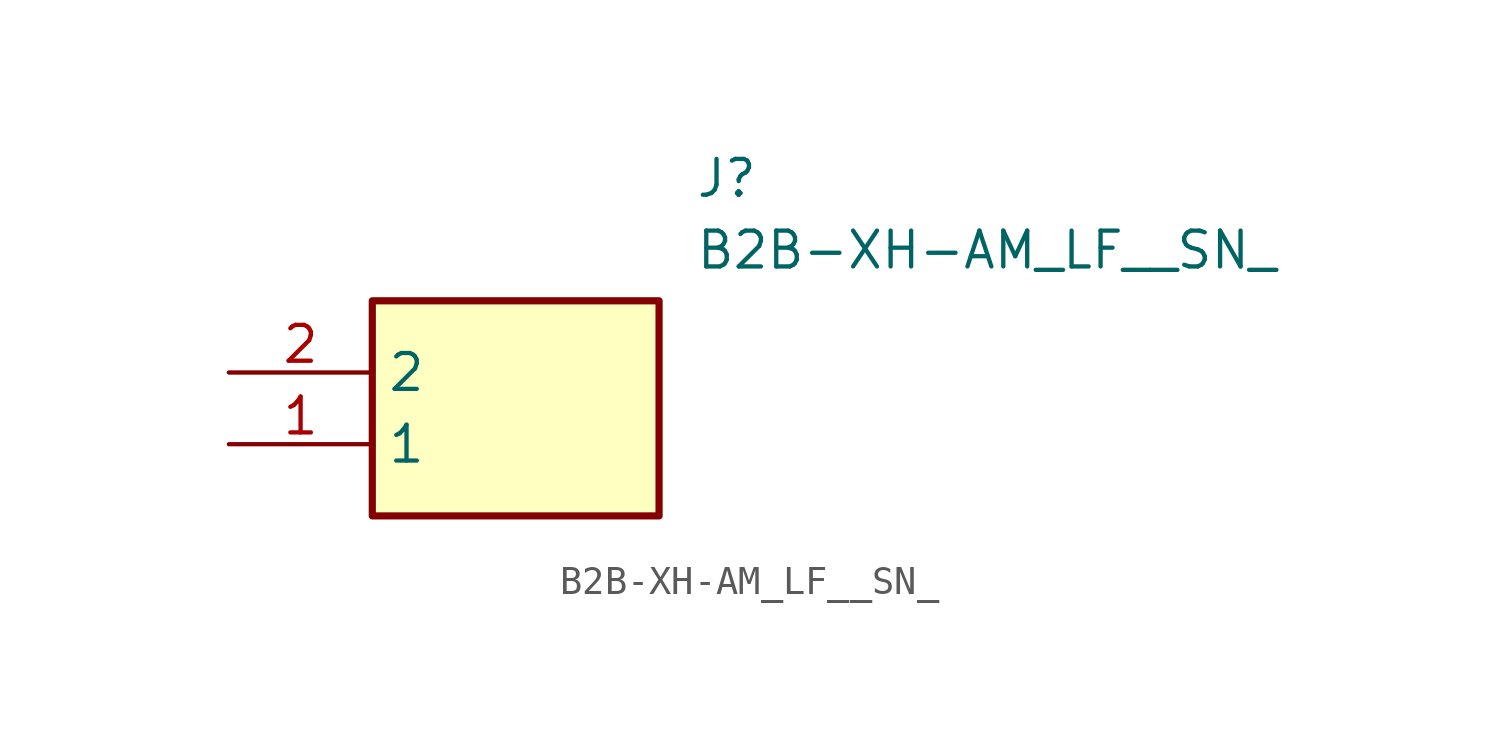
<source format=kicad_sym>
(kicad_symbol_lib
  (version 20211014)
  (generator SamacSys_ECAD_Model)
  (symbol "B2B-XH-AM_LF__SN_"
    (property "Reference" "J"
      (at 16.51 7.62 0)
      (effects (font (size 1.27 1.27)) (justify left top)))
    (property "Value" "B2B-XH-AM_LF__SN_"
      (at 16.51 5.08 0)
      (effects (font (size 1.27 1.27)) (justify left top)))
    (rectangle
      (start 5.08 2.54)
      (end 15.24 -5.08)
      (stroke (width 0.254) (type default))
      (fill (type background)))
    (pin passive line
      (at 0 -2.54 0)
      (length 5.08)
      (name "1" (effects (font (size 1.27 1.27))))
      (number "1" (effects (font (size 1.27 1.27)))))
    (pin passive line
      (at 0 0 0)
      (length 5.08)
      (name "2" (effects (font (size 1.27 1.27))))
      (number "2" (effects (font (size 1.27 1.27)))))))
</source>
